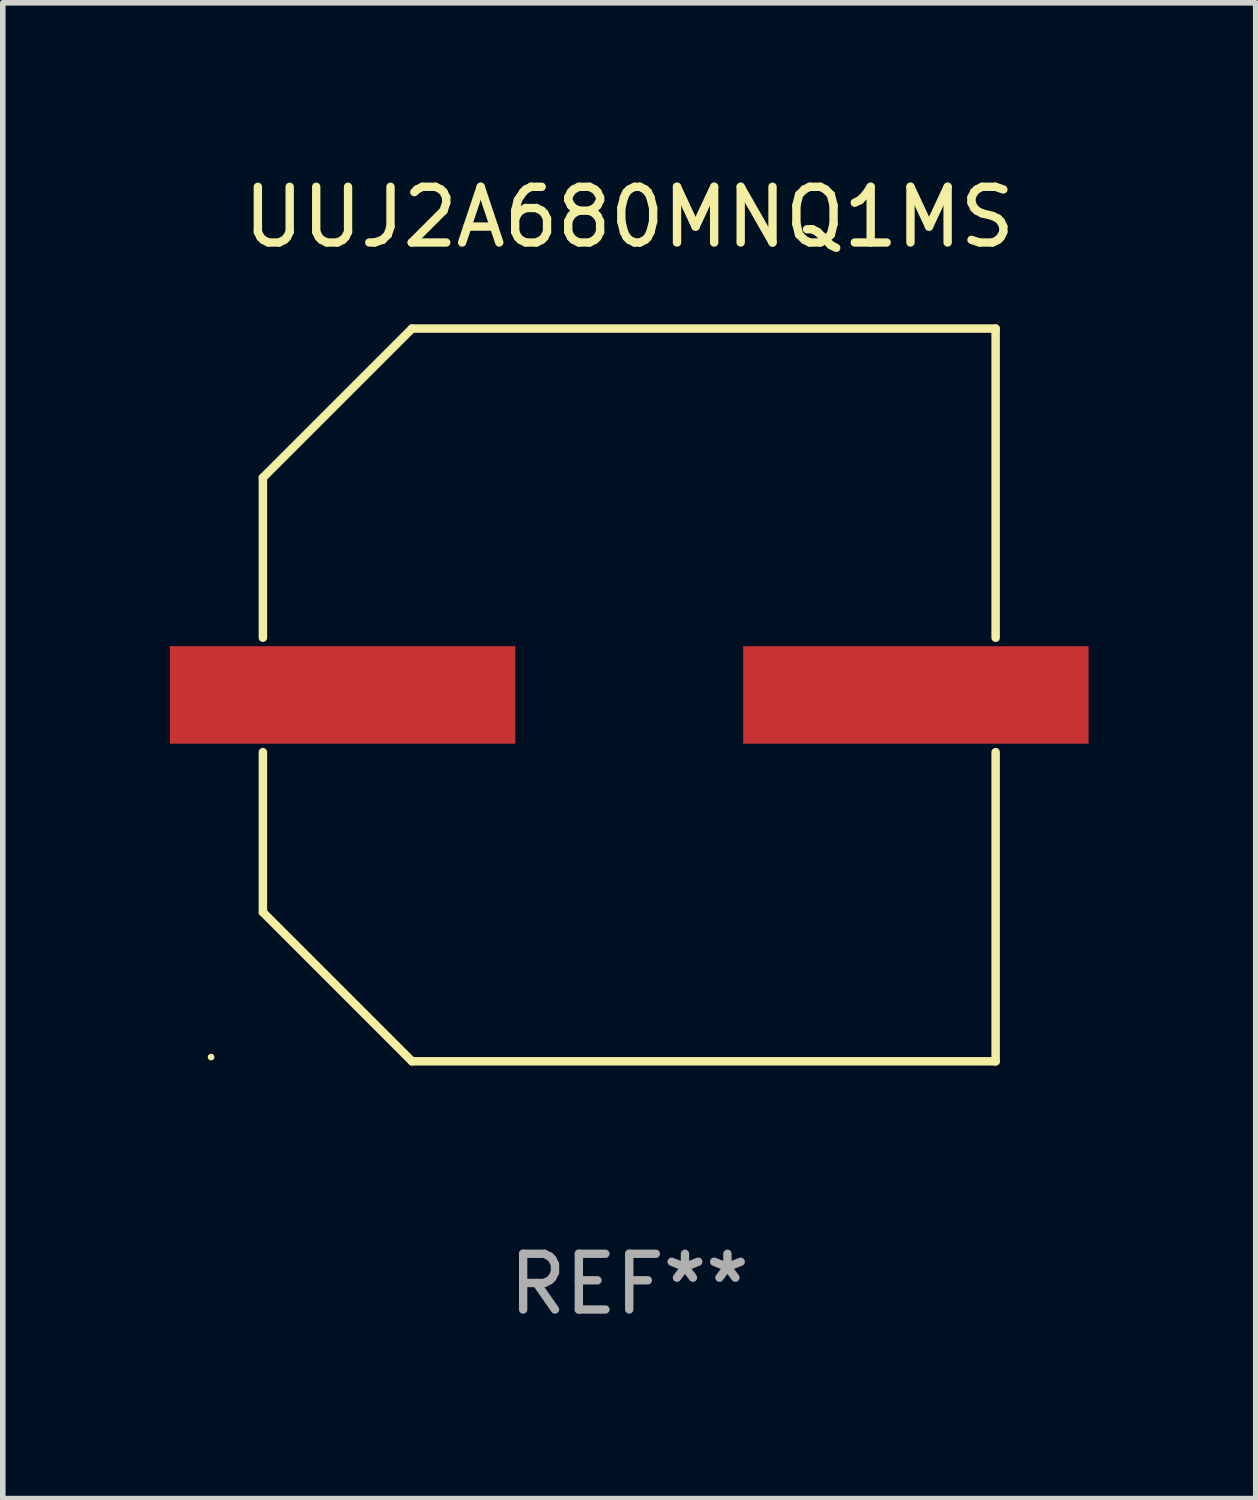
<source format=kicad_pcb>
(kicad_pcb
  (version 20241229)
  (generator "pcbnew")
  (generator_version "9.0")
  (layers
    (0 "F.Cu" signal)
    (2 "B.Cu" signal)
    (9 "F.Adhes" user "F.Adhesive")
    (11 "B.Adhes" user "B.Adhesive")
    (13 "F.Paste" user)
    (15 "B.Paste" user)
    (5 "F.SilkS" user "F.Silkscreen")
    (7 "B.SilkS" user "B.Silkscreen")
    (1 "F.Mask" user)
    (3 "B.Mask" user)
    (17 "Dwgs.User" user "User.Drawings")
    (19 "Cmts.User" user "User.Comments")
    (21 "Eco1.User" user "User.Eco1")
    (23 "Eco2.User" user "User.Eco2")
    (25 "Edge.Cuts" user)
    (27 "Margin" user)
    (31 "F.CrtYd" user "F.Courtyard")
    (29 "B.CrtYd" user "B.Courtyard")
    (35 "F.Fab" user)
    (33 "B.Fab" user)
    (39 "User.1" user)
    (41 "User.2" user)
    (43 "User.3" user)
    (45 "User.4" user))
  (footprint "UUJ2A680MNQ1MS"
    (layer "F.Cu")
    (at 8.245 9.424)
    (property "Reference" "UUJ2A680MNQ1MS" (at 0 -8.576 0) (layer "F.SilkS") (effects (font (size 1 1) (thickness 0.15))))
    (attr through_hole)
    (fp_line (start -6.576 -3.9) (end -6.576 -1.027) (stroke (width 0.152) (type solid)) (layer "F.SilkS"))
    (fp_line (start -6.576 3.9) (end -6.576 1.027) (stroke (width 0.152) (type solid)) (layer "F.SilkS"))
    (fp_line (start -3.9 -6.576) (end -6.576 -3.9) (stroke (width 0.152) (type solid)) (layer "F.SilkS"))
    (fp_line (start -3.9 6.576) (end -6.576 3.9) (stroke (width 0.152) (type solid)) (layer "F.SilkS"))
    (fp_line (start 6.576 -6.576) (end -3.9 -6.576) (stroke (width 0.152) (type solid)) (layer "F.SilkS"))
    (fp_line (start 6.576 -1.027) (end 6.576 -6.576) (stroke (width 0.152) (type solid)) (layer "F.SilkS"))
    (fp_line (start 6.576 1.027) (end 6.576 6.576) (stroke (width 0.152) (type solid)) (layer "F.SilkS"))
    (fp_line (start 6.576 6.576) (end -3.9 6.576) (stroke (width 0.152) (type solid)) (layer "F.SilkS"))
    (fp_circle (center -7.506 6.5) (end -7.476 6.5) (stroke (width 0.06) (type solid)) (fill no) (layer "F.SilkS"))
    (fp_text user "REF**" (at 0 10.576 0) (layer "F.Fab") (effects (font (size 1 1) (thickness 0.15))))
    (pad "1" smd rect (at -5.145 0) (size 6.2 1.75) (layers "F.Cu" "F.Mask" "F.Paste"))
    (pad "2" smd rect (at 5.145 0) (size 6.2 1.75) (layers "F.Cu" "F.Mask" "F.Paste")))
  (gr_rect
    (start -3 -3)
    (end 19.49 23.849)
    (stroke (width 0.1) (type default))
    (fill no)
    (layer "Edge.Cuts")))
</source>
